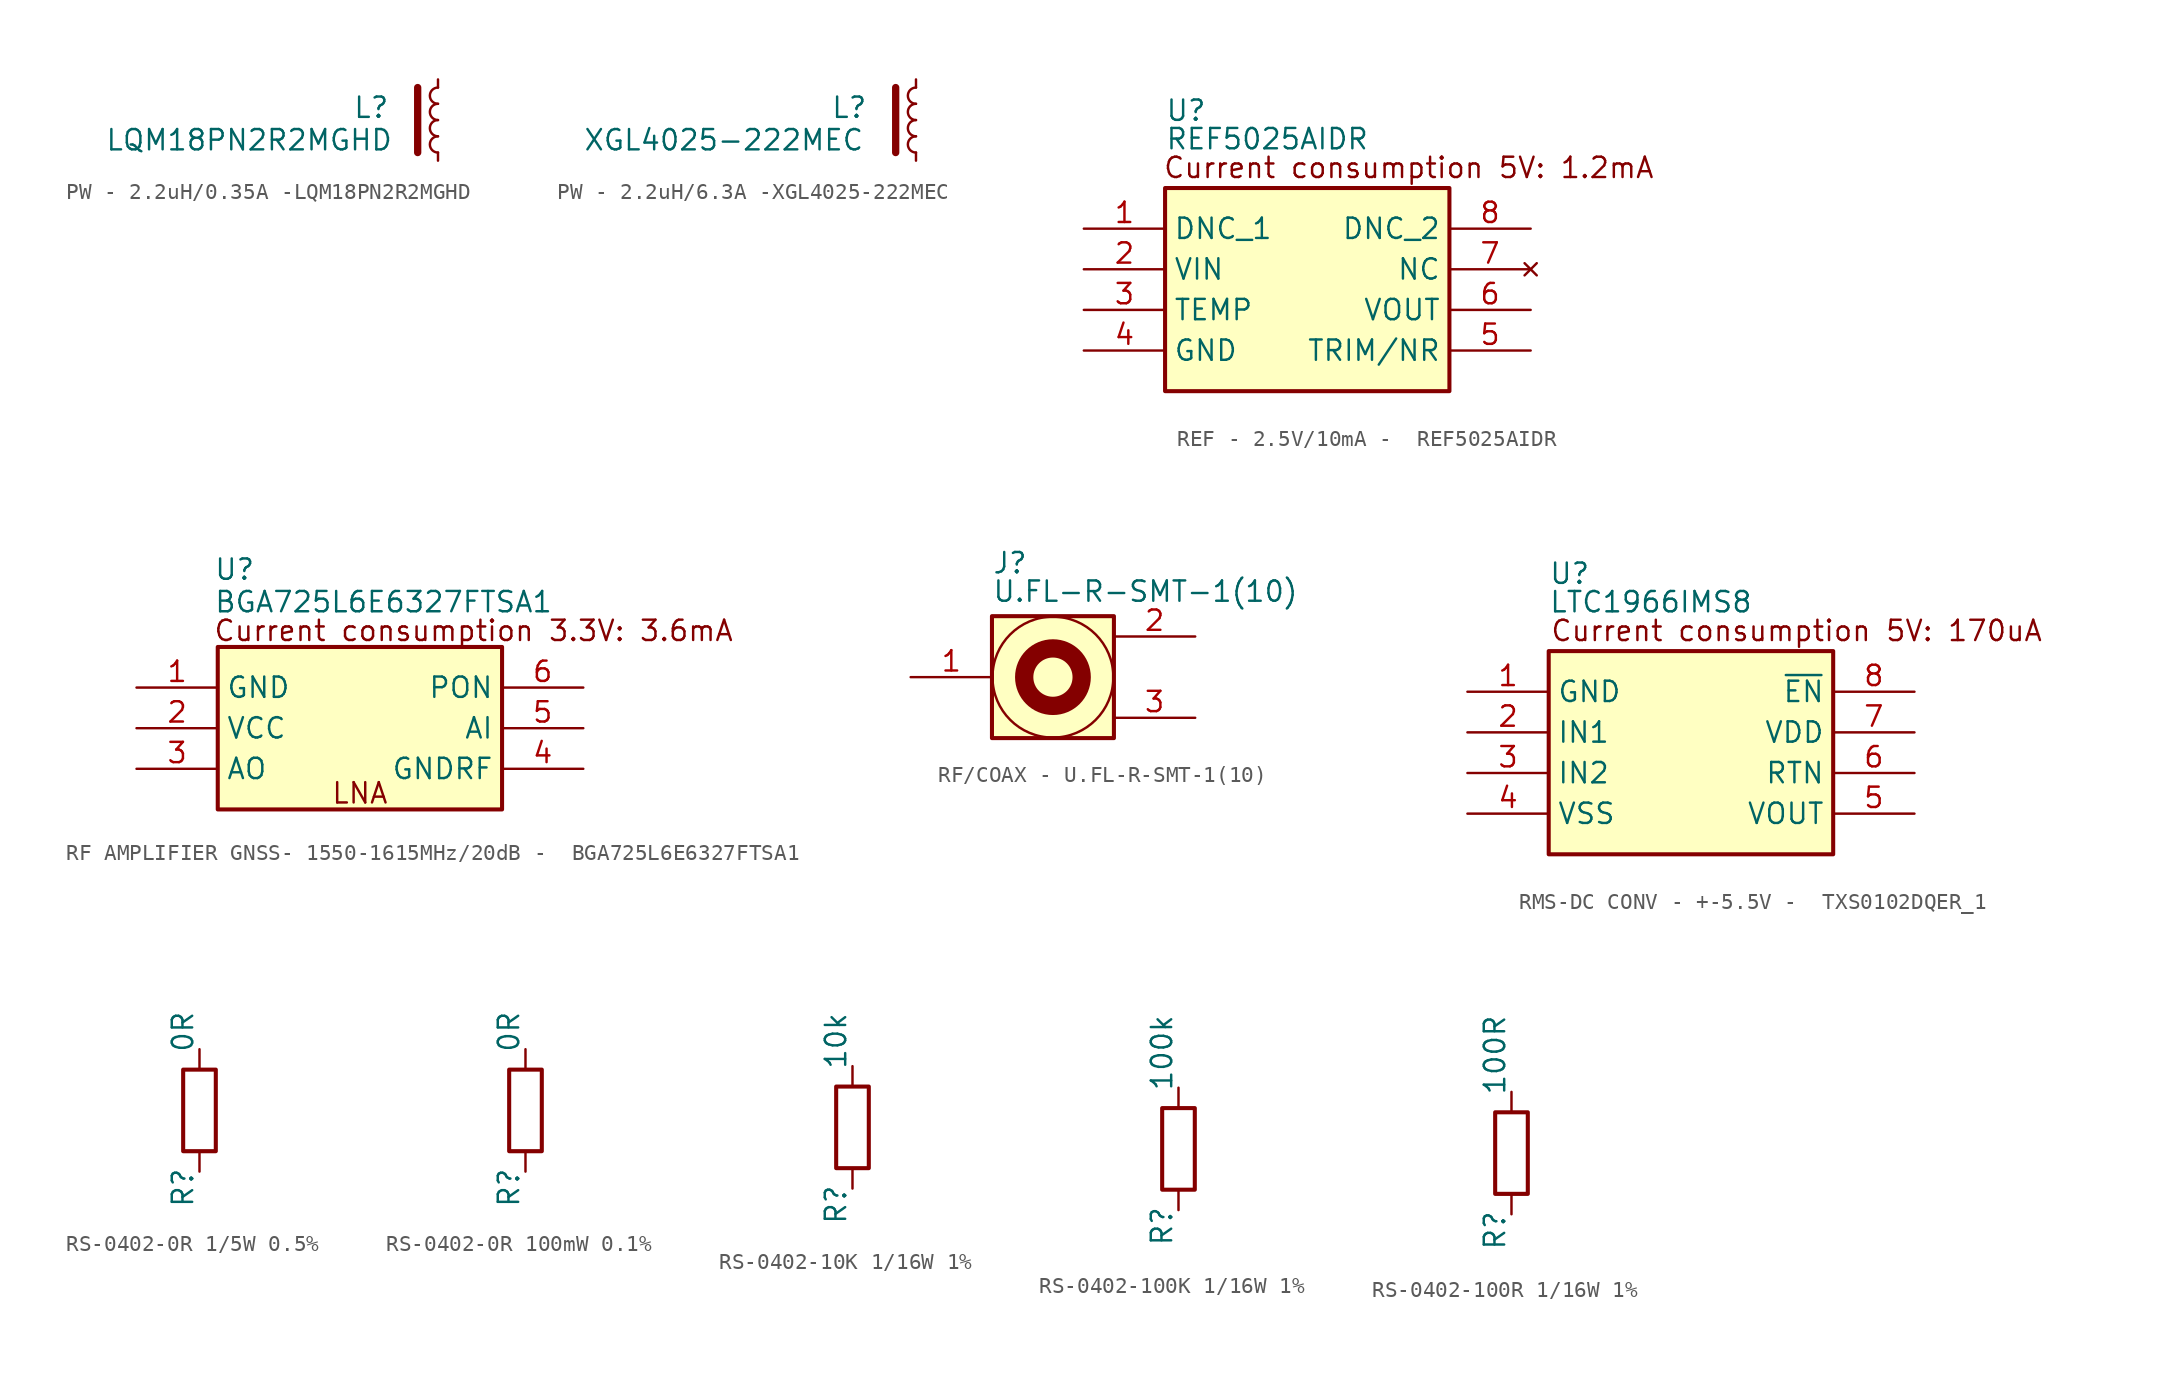
<source format=kicad_sym>
(kicad_symbol_lib
  (version 20241209)
  (generator "kicad_symbol_editor")
  (generator_version "9.0")
  (symbol "PW - 2.2uH/0.35A -LQM18PN2R2MGHD "
    (pin_numbers
      (hide yes))
    (pin_names
      (hide yes))
    (property "Reference" "L"
      (at -5.334 1.524 0)
      (effects (font (size 1.27 1.27)) (justify left top)))
    (property "Value" "LQM18PN2R2MGHD"
      (at -20.828 -0.508 0)
      (effects (font (size 1.27 1.27)) (justify left top)))
    (symbol "PW - 2.2uH/0.35A -LQM18PN2R2MGHD _0_1"
      (arc (start 0 1.016) (mid -0.5058 1.524) (end 0 2.032) (stroke (width 0) (type default)) (fill (type none)))
      (arc (start 0 0) (mid -0.5058 0.508) (end 0 1.016) (stroke (width 0) (type default)) (fill (type none)))
      (arc (start 0 -1.016) (mid -0.5058 -0.508) (end 0 0) (stroke (width 0) (type default)) (fill (type none)))
      (arc (start 0 -2.032) (mid -0.5058 -1.524) (end 0 -1.016) (stroke (width 0) (type default)) (fill (type none))))
    (symbol "PW - 2.2uH/0.35A -LQM18PN2R2MGHD _1_1"
      (polyline (pts (xy -1.27 2.032) (xy -1.27 -2.032) (xy -1.27 -1.778)) (stroke (width 0.457) (type default)) (fill (type none)))
      (pin passive line (at 0 2.54 270) (length 0.508) (name "~" (effects (font (size 1.27 1.27)))) (number "1" (effects (font (size 1.27 1.27)))))
      (pin passive line (at 0 -2.54 90) (length 0.508) (name "~" (effects (font (size 1.27 1.27)))) (number "2" (effects (font (size 1.27 1.27)))))))
  (symbol "PW - 2.2uH/6.3A -XGL4025-222MEC"
    (pin_numbers
      (hide yes))
    (pin_names
      (hide yes))
    (property "Reference" "L"
      (at -5.334 1.524 0)
      (effects (font (size 1.27 1.27)) (justify left top)))
    (property "Value" "XGL4025-222MEC"
      (at -20.828 -0.508 0)
      (effects (font (size 1.27 1.27)) (justify left top)))
    (symbol "PW - 2.2uH/6.3A -XGL4025-222MEC_0_1"
      (arc (start 0 1.016) (mid -0.5058 1.524) (end 0 2.032) (stroke (width 0) (type default)) (fill (type none)))
      (arc (start 0 0) (mid -0.5058 0.508) (end 0 1.016) (stroke (width 0) (type default)) (fill (type none)))
      (arc (start 0 -1.016) (mid -0.5058 -0.508) (end 0 0) (stroke (width 0) (type default)) (fill (type none)))
      (arc (start 0 -2.032) (mid -0.5058 -1.524) (end 0 -1.016) (stroke (width 0) (type default)) (fill (type none))))
    (symbol "PW - 2.2uH/6.3A -XGL4025-222MEC_1_1"
      (polyline (pts (xy -1.27 2.032) (xy -1.27 -2.032) (xy -1.27 -1.778)) (stroke (width 0.457) (type default)) (fill (type none)))
      (pin passive line (at 0 2.54 270) (length 0.508) (name "~" (effects (font (size 1.27 1.27)))) (number "1" (effects (font (size 1.27 1.27)))))
      (pin passive line (at 0 -2.54 90) (length 0.508) (name "~" (effects (font (size 1.27 1.27)))) (number "2" (effects (font (size 1.27 1.27)))))))
  (symbol "REF - 2.5V/10mA -  REF5025AIDR"
    (property "Reference" "U"
      (at -8.89 11.938 0)
      (effects (font (size 1.27 1.27)) (justify left top)))
    (property "Value" "REF5025AIDR"
      (at -8.89 10.16 0)
      (effects (font (size 1.27 1.27)) (justify left top)))
    (symbol "REF - 2.5V/10mA -  REF5025AIDR_1_1"
      (rectangle (start -8.89 6.35) (end 8.89 -6.35) (stroke (width 0.254) (type default)) (fill (type background)))
      (text "Current consumption 5V: 1.2mA" (at 6.35 7.62 0) (effects (font (size 1.27 1.27) (color 132 0 0 1))))
      (pin passive line (at -13.97 3.81 0) (length 5.08) (name "DNC_1" (effects (font (size 1.27 1.27)))) (number "1" (effects (font (size 1.27 1.27)))))
      (pin passive line (at -13.97 1.27 0) (length 5.08) (name "VIN" (effects (font (size 1.27 1.27)))) (number "2" (effects (font (size 1.27 1.27)))))
      (pin passive line (at -13.97 -1.27 0) (length 5.08) (name "TEMP" (effects (font (size 1.27 1.27)))) (number "3" (effects (font (size 1.27 1.27)))))
      (pin passive line (at -13.97 -3.81 0) (length 5.08) (name "GND" (effects (font (size 1.27 1.27)))) (number "4" (effects (font (size 1.27 1.27)))))
      (pin passive line (at 13.97 3.81 180) (length 5.08) (name "DNC_2" (effects (font (size 1.27 1.27)))) (number "8" (effects (font (size 1.27 1.27)))))
      (pin no_connect line (at 13.97 1.27 180) (length 5.08) (name "NC" (effects (font (size 1.27 1.27)))) (number "7" (effects (font (size 1.27 1.27)))))
      (pin passive line (at 13.97 -1.27 180) (length 5.08) (name "VOUT" (effects (font (size 1.27 1.27)))) (number "6" (effects (font (size 1.27 1.27)))))
      (pin passive line (at 13.97 -3.81 180) (length 5.08) (name "TRIM/NR" (effects (font (size 1.27 1.27)))) (number "5" (effects (font (size 1.27 1.27)))))))
  (symbol "RF AMPLIFIER GNSS- 1550-1615MHz/20dB -  BGA725L6E6327FTSA1"
    (property "Reference" "U"
      (at -9.144 10.668 0)
      (effects (font (size 1.27 1.27)) (justify left top)))
    (property "Value" "BGA725L6E6327FTSA1"
      (at -9.144 8.636 0)
      (effects (font (size 1.27 1.27)) (justify left top)))
    (symbol "RF AMPLIFIER GNSS- 1550-1615MHz/20dB -  BGA725L6E6327FTSA1_1_1"
      (rectangle (start -8.89 5.08) (end 8.89 -5.08) (stroke (width 0.254) (type default)) (fill (type background)))
      (text "LNA" (at 0 -4.064 0) (effects (font (size 1.27 1.27))))
      (text "Current consumption 3.3V: 3.6mA" (at 7.112 6.096 0) (effects (font (size 1.27 1.27) (color 132 0 0 1))))
      (pin passive line (at -13.97 2.54 0) (length 5.08) (name "GND" (effects (font (size 1.27 1.27)))) (number "1" (effects (font (size 1.27 1.27)))))
      (pin passive line (at -13.97 0 0) (length 5.08) (name "VCC" (effects (font (size 1.27 1.27)))) (number "2" (effects (font (size 1.27 1.27)))))
      (pin passive line (at -13.97 -2.54 0) (length 5.08) (name "AO" (effects (font (size 1.27 1.27)))) (number "3" (effects (font (size 1.27 1.27)))))
      (pin passive line (at 13.97 2.54 180) (length 5.08) (name "PON" (effects (font (size 1.27 1.27)))) (number "6" (effects (font (size 1.27 1.27)))))
      (pin input line (at 13.97 0 180) (length 5.08) (name "AI" (effects (font (size 1.27 1.27)))) (number "5" (effects (font (size 1.27 1.27)))))
      (pin passive line (at 13.97 -2.54 180) (length 5.08) (name "GNDRF" (effects (font (size 1.27 1.27)))) (number "4" (effects (font (size 1.27 1.27)))))))
  (symbol "RF/COAX - U.FL-R-SMT-1(10)"
    (pin_names
      (hide yes))
    (property "Reference" "J"
      (at -3.81 7.874 0)
      (effects (font (size 1.27 1.27)) (justify left top)))
    (property "Value" "U.FL-R-SMT-1(10)"
      (at -3.81 6.096 0)
      (effects (font (size 1.27 1.27)) (justify left top)))
    (symbol "RF/COAX - U.FL-R-SMT-1(10)_0_1"
      (circle (center 0 0) (radius 3.776) (stroke (width 0) (type default)) (fill (type none))))
    (symbol "RF/COAX - U.FL-R-SMT-1(10)_1_1"
      (rectangle (start -3.81 3.81) (end 3.81 -3.81) (stroke (width 0.254) (type default)) (fill (type background)))
      (circle (center 0 0) (radius 1.796) (stroke (width 1.143) (type default)) (fill (type none)))
      (pin passive line (at -8.89 0 0) (length 5.08) (name "1" (effects (font (size 1.27 1.27)))) (number "1" (effects (font (size 1.27 1.27)))))
      (pin passive line (at 8.89 2.54 180) (length 5.08) (name "2" (effects (font (size 1.27 1.27)))) (number "2" (effects (font (size 1.27 1.27)))))
      (pin passive line (at 8.89 -2.54 180) (length 5.08) (name "3" (effects (font (size 1.27 1.27)))) (number "3" (effects (font (size 1.27 1.27)))))))
  (symbol "RMS-DC CONV - +-5.5V -  TXS0102DQER_1"
    (property "Reference" "U"
      (at -8.89 11.938 0)
      (effects (font (size 1.27 1.27)) (justify left top)))
    (property "Value" "LTC1966IMS8"
      (at -8.89 10.16 0)
      (effects (font (size 1.27 1.27)) (justify left top)))
    (symbol "RMS-DC CONV - +-5.5V -  TXS0102DQER_1_1_1"
      (rectangle (start -8.89 6.35) (end 8.89 -6.35) (stroke (width 0.254) (type default)) (fill (type background)))
      (text "Current consumption 5V: 170uA" (at 6.604 7.62 0) (effects (font (size 1.27 1.27) (color 132 0 0 1))))
      (pin passive line (at -13.97 3.81 0) (length 5.08) (name "GND" (effects (font (size 1.27 1.27)))) (number "1" (effects (font (size 1.27 1.27)))))
      (pin input line (at -13.97 1.27 0) (length 5.08) (name "IN1" (effects (font (size 1.27 1.27)))) (number "2" (effects (font (size 1.27 1.27)))))
      (pin input line (at -13.97 -1.27 0) (length 5.08) (name "IN2" (effects (font (size 1.27 1.27)))) (number "3" (effects (font (size 1.27 1.27)))))
      (pin power_in line (at -13.97 -3.81 0) (length 5.08) (name "VSS" (effects (font (size 1.27 1.27)))) (number "4" (effects (font (size 1.27 1.27)))))
      (pin passive line (at 13.97 3.81 180) (length 5.08) (name "~{EN}" (effects (font (size 1.27 1.27)))) (number "8" (effects (font (size 1.27 1.27)))))
      (pin power_in line (at 13.97 1.27 180) (length 5.08) (name "VDD" (effects (font (size 1.27 1.27)))) (number "7" (effects (font (size 1.27 1.27)))))
      (pin output line (at 13.97 -1.27 180) (length 5.08) (name "RTN" (effects (font (size 1.27 1.27)))) (number "6" (effects (font (size 1.27 1.27)))))
      (pin output line (at 13.97 -3.81 180) (length 5.08) (name "VOUT" (effects (font (size 1.27 1.27)))) (number "5" (effects (font (size 1.27 1.27)))))))
  (symbol "RS-0402-0R 1/5W 0.5%"
    (pin_numbers
      (hide yes))
    (pin_names
      (hide yes))
    (property "Reference" "R"
      (at -1.778 -6.096 90)
      (effects (font (size 1.27 1.27)) (justify left top)))
    (property "Value" "0R"
      (at -1.778 3.556 90)
      (effects (font (size 1.27 1.27)) (justify left top)))
    (symbol "RS-0402-0R 1/5W 0.5%_0_1"
      (rectangle (start -1.016 -2.54) (end 1.016 2.54) (stroke (width 0.254) (type default)) (fill (type none))))
    (symbol "RS-0402-0R 1/5W 0.5%_1_1"
      (pin passive line (at 0 3.81 270) (length 1.27) (name "~" (effects (font (size 1.27 1.27)))) (number "1" (effects (font (size 1.27 1.27)))))
      (pin passive line (at 0 -3.81 90) (length 1.27) (name "~" (effects (font (size 1.27 1.27)))) (number "2" (effects (font (size 1.27 1.27)))))))
  (symbol "RS-0402-0R 100mW 0.1%"
    (pin_numbers
      (hide yes))
    (pin_names
      (hide yes))
    (property "Reference" "R"
      (at -1.778 -6.096 90)
      (effects (font (size 1.27 1.27)) (justify left top)))
    (property "Value" "0R"
      (at -1.778 3.556 90)
      (effects (font (size 1.27 1.27)) (justify left top)))
    (symbol "RS-0402-0R 100mW 0.1%_0_1"
      (rectangle (start -1.016 -2.54) (end 1.016 2.54) (stroke (width 0.254) (type default)) (fill (type none))))
    (symbol "RS-0402-0R 100mW 0.1%_1_1"
      (pin passive line (at 0 3.81 270) (length 1.27) (name "~" (effects (font (size 1.27 1.27)))) (number "1" (effects (font (size 1.27 1.27)))))
      (pin passive line (at 0 -3.81 90) (length 1.27) (name "~" (effects (font (size 1.27 1.27)))) (number "2" (effects (font (size 1.27 1.27)))))))
  (symbol "RS-0402-10K 1/16W 1%"
    (pin_numbers
      (hide yes))
    (pin_names
      (hide yes))
    (property "Reference" "R"
      (at -1.778 -6.096 90)
      (effects (font (size 1.27 1.27)) (justify left top)))
    (property "Value" "10k"
      (at -1.778 3.556 90)
      (effects (font (size 1.27 1.27)) (justify left top)))
    (symbol "RS-0402-10K 1/16W 1%_0_1"
      (rectangle (start -1.016 -2.54) (end 1.016 2.54) (stroke (width 0.254) (type default)) (fill (type none))))
    (symbol "RS-0402-10K 1/16W 1%_1_1"
      (pin passive line (at 0 3.81 270) (length 1.27) (name "~" (effects (font (size 1.27 1.27)))) (number "1" (effects (font (size 1.27 1.27)))))
      (pin passive line (at 0 -3.81 90) (length 1.27) (name "~" (effects (font (size 1.27 1.27)))) (number "2" (effects (font (size 1.27 1.27)))))))
  (symbol "RS-0402-100K 1/16W 1%"
    (pin_numbers
      (hide yes))
    (pin_names
      (hide yes))
    (property "Reference" "R"
      (at -1.778 -6.096 90)
      (effects (font (size 1.27 1.27)) (justify left top)))
    (property "Value" "100k"
      (at -1.778 3.556 90)
      (effects (font (size 1.27 1.27)) (justify left top)))
    (symbol "RS-0402-100K 1/16W 1%_0_1"
      (rectangle (start -1.016 -2.54) (end 1.016 2.54) (stroke (width 0.254) (type default)) (fill (type none))))
    (symbol "RS-0402-100K 1/16W 1%_1_1"
      (pin passive line (at 0 3.81 270) (length 1.27) (name "~" (effects (font (size 1.27 1.27)))) (number "1" (effects (font (size 1.27 1.27)))))
      (pin passive line (at 0 -3.81 90) (length 1.27) (name "~" (effects (font (size 1.27 1.27)))) (number "2" (effects (font (size 1.27 1.27)))))))
  (symbol "RS-0402-100R 1/16W 1%"
    (pin_numbers
      (hide yes))
    (pin_names
      (hide yes))
    (property "Reference" "R"
      (at -1.778 -6.096 90)
      (effects (font (size 1.27 1.27)) (justify left top)))
    (property "Value" "100R"
      (at -1.778 3.556 90)
      (effects (font (size 1.27 1.27)) (justify left top)))
    (symbol "RS-0402-100R 1/16W 1%_0_1"
      (rectangle (start -1.016 -2.54) (end 1.016 2.54) (stroke (width 0.254) (type default)) (fill (type none))))
    (symbol "RS-0402-100R 1/16W 1%_1_1"
      (pin passive line (at 0 3.81 270) (length 1.27) (name "~" (effects (font (size 1.27 1.27)))) (number "1" (effects (font (size 1.27 1.27)))))
      (pin passive line (at 0 -3.81 90) (length 1.27) (name "~" (effects (font (size 1.27 1.27)))) (number "2" (effects (font (size 1.27 1.27))))))))
</source>
